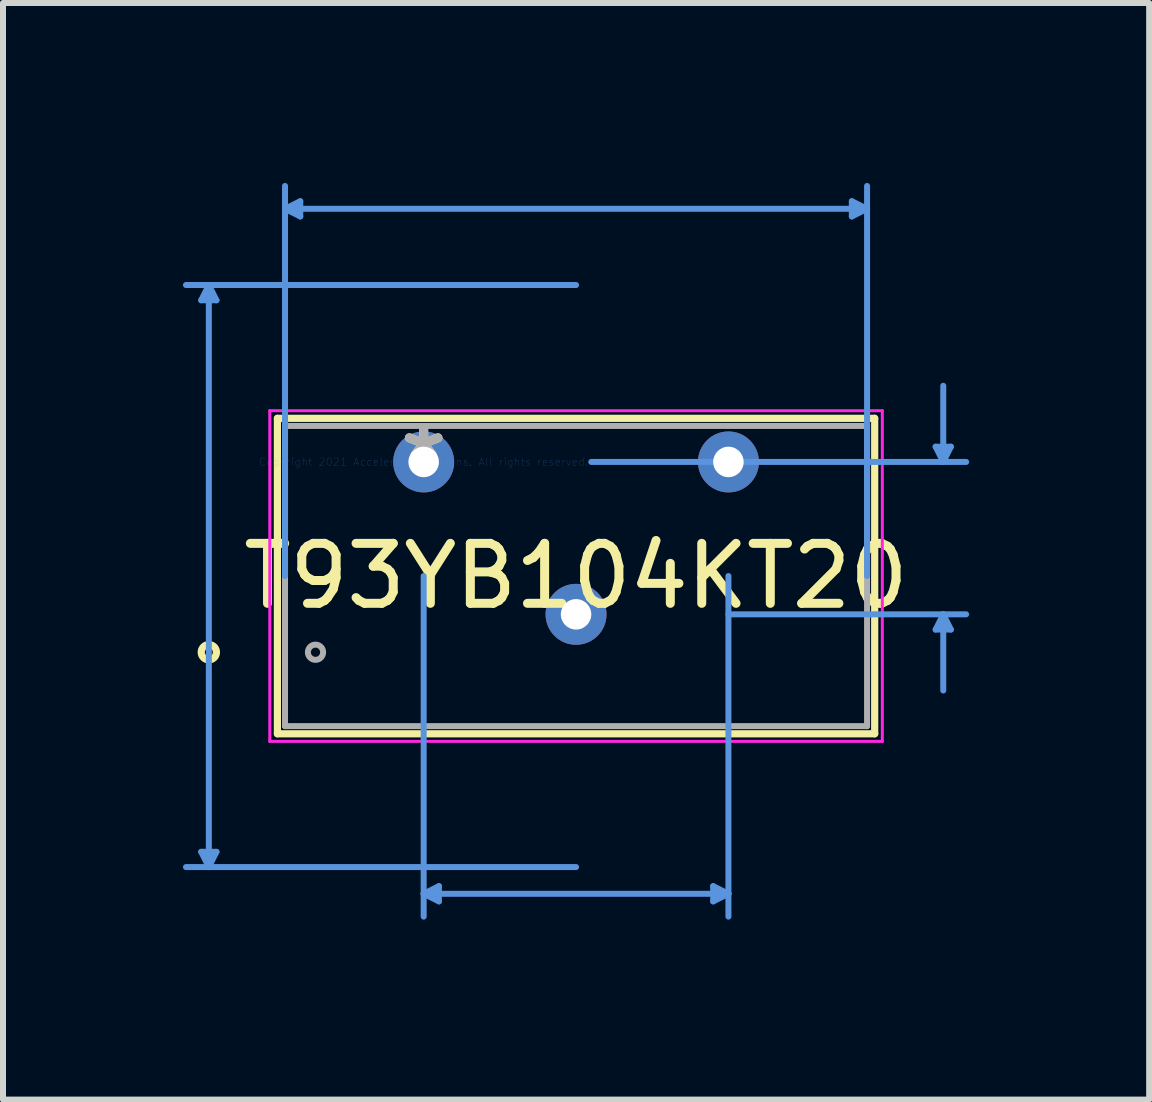
<source format=kicad_pcb>
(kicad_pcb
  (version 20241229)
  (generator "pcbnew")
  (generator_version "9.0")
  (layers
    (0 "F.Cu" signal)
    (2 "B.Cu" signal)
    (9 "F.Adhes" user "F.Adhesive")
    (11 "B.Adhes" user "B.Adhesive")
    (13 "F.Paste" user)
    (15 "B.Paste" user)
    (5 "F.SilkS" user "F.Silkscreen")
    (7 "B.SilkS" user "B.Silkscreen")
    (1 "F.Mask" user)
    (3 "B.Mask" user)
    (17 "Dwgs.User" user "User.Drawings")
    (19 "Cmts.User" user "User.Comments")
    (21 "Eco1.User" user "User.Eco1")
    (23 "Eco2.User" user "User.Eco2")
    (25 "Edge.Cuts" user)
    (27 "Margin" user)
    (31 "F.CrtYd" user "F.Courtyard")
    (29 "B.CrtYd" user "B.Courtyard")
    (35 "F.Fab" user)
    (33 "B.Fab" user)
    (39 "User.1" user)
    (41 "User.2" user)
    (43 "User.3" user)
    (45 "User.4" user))
  (footprint "T93YB104KT20"
    (layer "F.Cu")
    (at 4.012 4.65)
    (property "Reference" "T93YB104KT20" (at 2.54 1.902 0) (layer "F.SilkS") (effects (font (size 1 1) (thickness 0.15))))
    (attr through_hole)
    (fp_line (start -2.438 -0.727) (end 7.518 -0.727) (stroke (width 0.12) (type solid)) (layer "F.SilkS"))
    (fp_line (start -2.438 4.531) (end -2.438 -0.727) (stroke (width 0.12) (type solid)) (layer "F.SilkS"))
    (fp_line (start 7.518 -0.727) (end 7.518 4.531) (stroke (width 0.12) (type solid)) (layer "F.SilkS"))
    (fp_line (start 7.518 4.531) (end -2.438 4.531) (stroke (width 0.12) (type solid)) (layer "F.SilkS"))
    (fp_circle (center -3.581 3.172) (end -3.454 3.172) (stroke (width 0.12) (type solid)) (fill no) (layer "F.SilkS"))
    (fp_line (start -3.708 -2.695) (end -3.454 -2.695) (stroke (width 0.1) (type solid)) (layer "Cmts.User"))
    (fp_line (start -3.708 6.499) (end -3.454 6.499) (stroke (width 0.1) (type solid)) (layer "Cmts.User"))
    (fp_line (start -3.581 -2.949) (end -3.708 -2.695) (stroke (width 0.1) (type solid)) (layer "Cmts.User"))
    (fp_line (start -3.581 -2.949) (end -3.581 6.753) (stroke (width 0.1) (type solid)) (layer "Cmts.User"))
    (fp_line (start -3.581 -2.949) (end -3.454 -2.695) (stroke (width 0.1) (type solid)) (layer "Cmts.User"))
    (fp_line (start -3.581 6.753) (end -3.708 6.499) (stroke (width 0.1) (type solid)) (layer "Cmts.User"))
    (fp_line (start -3.581 6.753) (end -3.454 6.499) (stroke (width 0.1) (type solid)) (layer "Cmts.User"))
    (fp_line (start -2.311 -4.219) (end -2.057 -4.346) (stroke (width 0.1) (type solid)) (layer "Cmts.User"))
    (fp_line (start -2.311 -4.219) (end -2.057 -4.092) (stroke (width 0.1) (type solid)) (layer "Cmts.User"))
    (fp_line (start -2.311 -4.219) (end 7.391 -4.219) (stroke (width 0.1) (type solid)) (layer "Cmts.User"))
    (fp_line (start -2.311 1.902) (end -2.311 -4.6) (stroke (width 0.1) (type solid)) (layer "Cmts.User"))
    (fp_line (start -2.057 -4.346) (end -2.057 -4.092) (stroke (width 0.1) (type solid)) (layer "Cmts.User"))
    (fp_line (start 0 1.902) (end 0 7.579) (stroke (width 0.1) (type solid)) (layer "Cmts.User"))
    (fp_line (start 0 7.198) (end 0.254 7.071) (stroke (width 0.1) (type solid)) (layer "Cmts.User"))
    (fp_line (start 0 7.198) (end 0.254 7.325) (stroke (width 0.1) (type solid)) (layer "Cmts.User"))
    (fp_line (start 0 7.198) (end 5.08 7.198) (stroke (width 0.1) (type solid)) (layer "Cmts.User"))
    (fp_line (start 0.254 7.071) (end 0.254 7.325) (stroke (width 0.1) (type solid)) (layer "Cmts.User"))
    (fp_line (start 2.54 -2.949) (end -3.962 -2.949) (stroke (width 0.1) (type solid)) (layer "Cmts.User"))
    (fp_line (start 2.54 6.753) (end -3.962 6.753) (stroke (width 0.1) (type solid)) (layer "Cmts.User"))
    (fp_line (start 2.794 0) (end 9.042 0) (stroke (width 0.1) (type solid)) (layer "Cmts.User"))
    (fp_line (start 4.826 7.071) (end 4.826 7.325) (stroke (width 0.1) (type solid)) (layer "Cmts.User"))
    (fp_line (start 5.08 1.902) (end 5.08 7.579) (stroke (width 0.1) (type solid)) (layer "Cmts.User"))
    (fp_line (start 5.08 2.54) (end 9.042 2.54) (stroke (width 0.1) (type solid)) (layer "Cmts.User"))
    (fp_line (start 5.08 7.198) (end 4.826 7.071) (stroke (width 0.1) (type solid)) (layer "Cmts.User"))
    (fp_line (start 5.08 7.198) (end 4.826 7.325) (stroke (width 0.1) (type solid)) (layer "Cmts.User"))
    (fp_line (start 7.137 -4.346) (end 7.137 -4.092) (stroke (width 0.1) (type solid)) (layer "Cmts.User"))
    (fp_line (start 7.391 -4.219) (end 7.137 -4.346) (stroke (width 0.1) (type solid)) (layer "Cmts.User"))
    (fp_line (start 7.391 -4.219) (end 7.137 -4.092) (stroke (width 0.1) (type solid)) (layer "Cmts.User"))
    (fp_line (start 7.391 1.902) (end 7.391 -4.6) (stroke (width 0.1) (type solid)) (layer "Cmts.User"))
    (fp_line (start 8.534 -0.254) (end 8.788 -0.254) (stroke (width 0.1) (type solid)) (layer "Cmts.User"))
    (fp_line (start 8.534 2.794) (end 8.788 2.794) (stroke (width 0.1) (type solid)) (layer "Cmts.User"))
    (fp_line (start 8.661 0) (end 8.534 -0.254) (stroke (width 0.1) (type solid)) (layer "Cmts.User"))
    (fp_line (start 8.661 0) (end 8.661 -1.27) (stroke (width 0.1) (type solid)) (layer "Cmts.User"))
    (fp_line (start 8.661 0) (end 8.788 -0.254) (stroke (width 0.1) (type solid)) (layer "Cmts.User"))
    (fp_line (start 8.661 2.54) (end 8.534 2.794) (stroke (width 0.1) (type solid)) (layer "Cmts.User"))
    (fp_line (start 8.661 2.54) (end 8.661 3.81) (stroke (width 0.1) (type solid)) (layer "Cmts.User"))
    (fp_line (start 8.661 2.54) (end 8.788 2.794) (stroke (width 0.1) (type solid)) (layer "Cmts.User"))
    (fp_line (start -2.565 -0.854) (end 7.645 -0.854) (stroke (width 0.05) (type solid)) (layer "F.CrtYd"))
    (fp_line (start -2.565 4.658) (end -2.565 -0.854) (stroke (width 0.05) (type solid)) (layer "F.CrtYd"))
    (fp_line (start 7.645 -0.854) (end 7.645 4.658) (stroke (width 0.05) (type solid)) (layer "F.CrtYd"))
    (fp_line (start 7.645 4.658) (end -2.565 4.658) (stroke (width 0.05) (type solid)) (layer "F.CrtYd"))
    (fp_line (start -2.311 -0.6) (end 7.391 -0.6) (stroke (width 0.1) (type solid)) (layer "F.Fab"))
    (fp_line (start -2.311 4.404) (end -2.311 -0.6) (stroke (width 0.1) (type solid)) (layer "F.Fab"))
    (fp_line (start 7.391 -0.6) (end 7.391 4.404) (stroke (width 0.1) (type solid)) (layer "F.Fab"))
    (fp_line (start 7.391 4.404) (end -2.311 4.404) (stroke (width 0.1) (type solid)) (layer "F.Fab"))
    (fp_circle (center -1.803 3.172) (end -1.676 3.172) (stroke (width 0.1) (type solid)) (fill no) (layer "F.Fab"))
    (fp_text user "*" (at 0 0 0) (layer "F.SilkS") (effects (font (size 1 1) (thickness 0.15))))
    (fp_text user "Copyright 2021 Accelerated Designs. All rights reserved." (at 0 0 0) (layer "Cmts.User") (effects (font (size 0.127 0.127) (thickness 0.002))))
    (fp_text user "*" (at 0 0 0) (layer "F.Fab") (effects (font (size 1 1) (thickness 0.15))))
    (pad "1" thru_hole circle (at 0 0) (size 1.016 1.016) (drill 0.508) (layers "*.Cu" "*.Mask"))
    (pad "2" thru_hole circle (at 2.54 2.54) (size 1.016 1.016) (drill 0.508) (layers "*.Cu" "*.Mask"))
    (pad "3" thru_hole circle (at 5.08 0) (size 1.016 1.016) (drill 0.508) (layers "*.Cu" "*.Mask")))
  (gr_rect
    (start -3 -3)
    (end 16.105 15.279)
    (stroke (width 0.1) (type default))
    (fill no)
    (layer "Edge.Cuts")))
</source>
